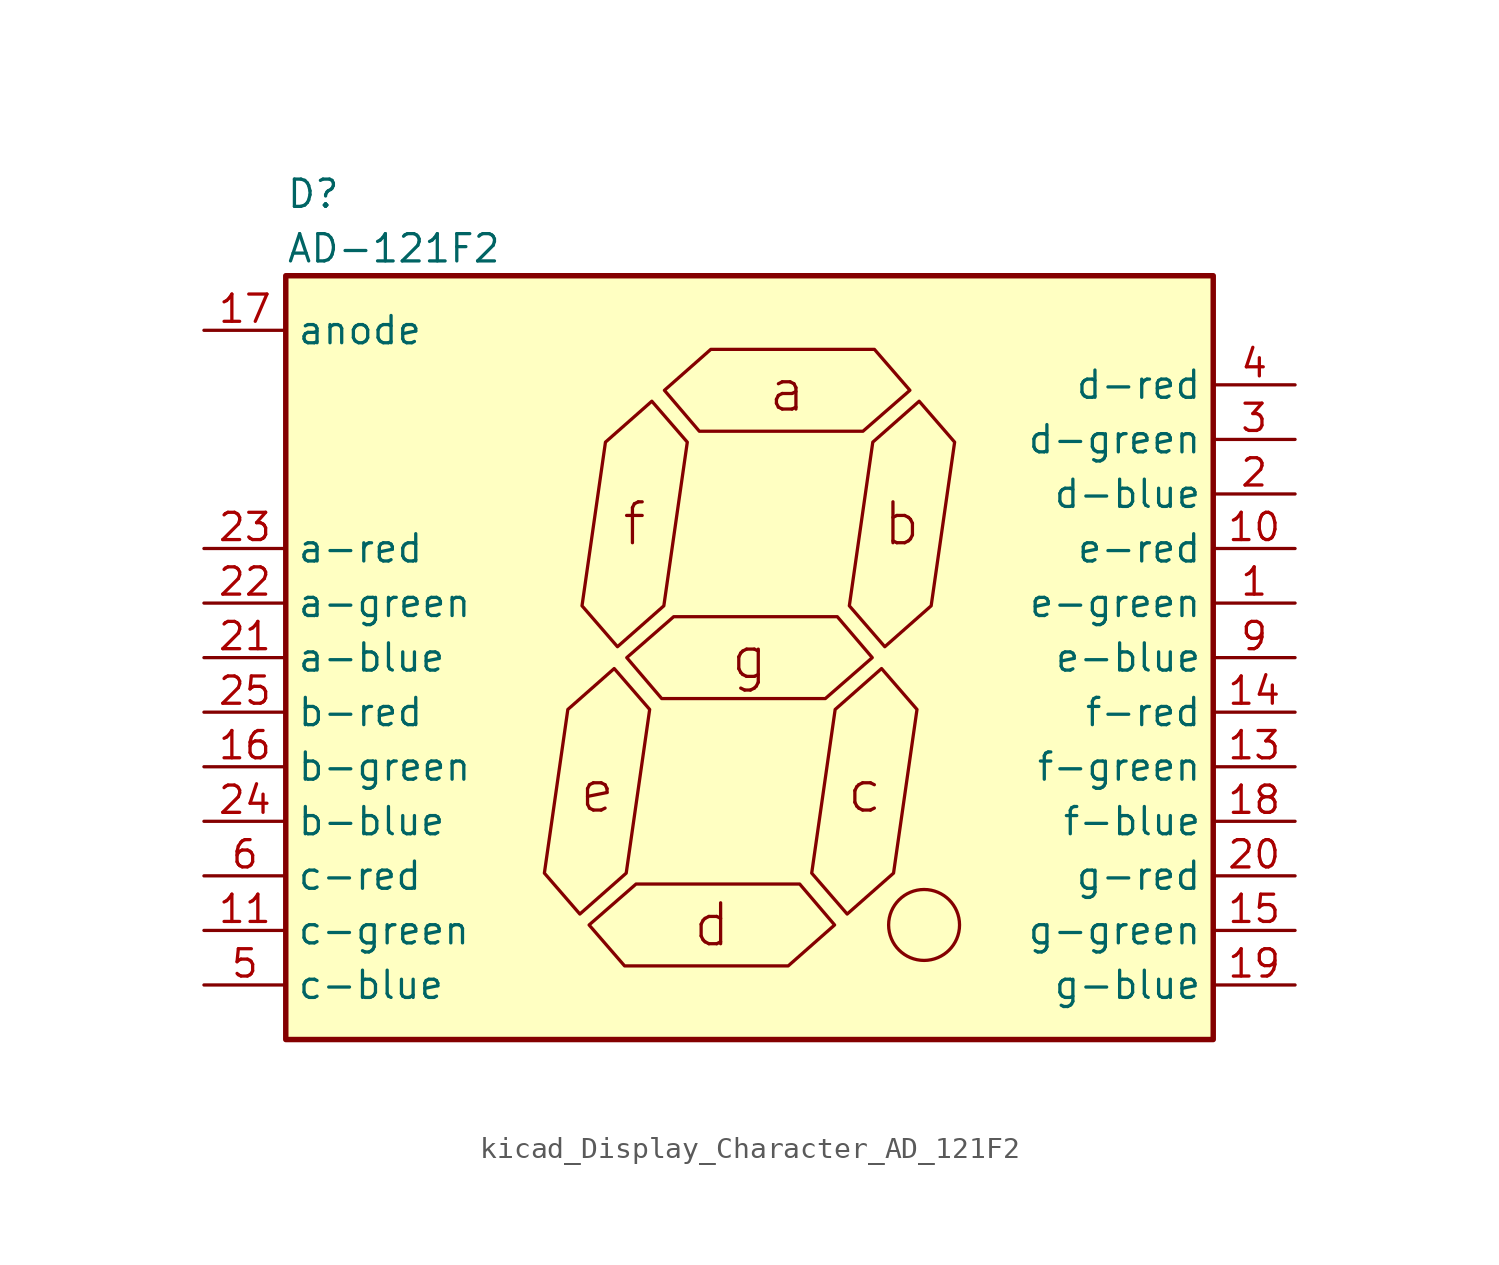
<source format=kicad_sym>
(kicad_symbol_lib
  (version 20220914)
  (generator kicad_symbol_editor)
  (symbol "kicad_Display_Character_AD_121F2"
    (property "Reference" "D"
      (at -21.59 21.59 0)
      (effects (font (size 1.27 1.27)) (justify left)))
    (property "Value" "AD-121F2"
      (at -21.59 19.05 0)
      (effects (font (size 1.27 1.27)) (justify left)))
    (symbol "kicad_Display_Character_AD_121F2_0_1"
      (rectangle (start -21.59 17.78) (end 21.59 -17.78) (stroke (width 0.254) (type default)) (fill (type background)))
      (polyline (pts (xy -7.899 -11.938) (xy -5.74 -10.033) (xy -4.648 -2.413) (xy -6.299 -0.508) (xy -8.458 -2.413) (xy -9.55 -10.033) (xy -7.899 -11.938)) (stroke (width 0) (type default)) (fill (type none)))
      (polyline (pts (xy -7.468 -12.446) (xy -5.283 -10.541) (xy 2.337 -10.541) (xy 3.962 -12.446) (xy 1.803 -14.351) (xy -5.817 -14.351) (xy -7.468 -12.446)) (stroke (width 0) (type default)) (fill (type none)))
      (polyline (pts (xy -6.147 0.508) (xy -3.988 2.413) (xy -2.896 10.033) (xy -4.547 11.938) (xy -6.706 10.033) (xy -7.798 2.413) (xy -6.147 0.508)) (stroke (width 0) (type default)) (fill (type none)))
      (polyline (pts (xy -5.715 0) (xy -3.531 1.905) (xy 4.089 1.905) (xy 5.715 0) (xy 3.531 -1.905) (xy -4.089 -1.905) (xy -5.715 0)) (stroke (width 0) (type default)) (fill (type none)))
      (polyline (pts (xy -3.962 12.446) (xy -1.803 14.351) (xy 5.817 14.351) (xy 7.468 12.446) (xy 5.283 10.541) (xy -2.337 10.541) (xy -3.962 12.446)) (stroke (width 0) (type default)) (fill (type none)))
      (polyline (pts (xy 4.547 -11.938) (xy 6.706 -10.033) (xy 7.798 -2.413) (xy 6.147 -0.508) (xy 3.988 -2.413) (xy 2.896 -10.033) (xy 4.547 -11.938)) (stroke (width 0) (type default)) (fill (type none)))
      (polyline (pts (xy 6.299 0.508) (xy 8.458 2.413) (xy 9.55 10.033) (xy 7.899 11.938) (xy 5.74 10.033) (xy 4.648 2.413) (xy 6.299 0.508)) (stroke (width 0) (type default)) (fill (type none)))
      (circle (center 8.128 -12.446) (radius 1.651) (stroke (width 0) (type default)) (fill (type none)))
      (text "a" (at 1.753 12.446 0) (effects (font (size 1.905 1.905))))
      (text "b" (at 7.087 6.223 0) (effects (font (size 1.905 1.905))))
      (text "c" (at 5.359 -6.223 0) (effects (font (size 1.905 1.905))))
      (text "d" (at -1.753 -12.446 0) (effects (font (size 1.905 1.905))))
      (text "e" (at -7.087 -6.223 0) (effects (font (size 1.905 1.905))))
      (text "f" (at -5.359 6.223 0) (effects (font (size 1.905 1.905))))
      (text "g" (at 0 0 0) (effects (font (size 1.905 1.905))))
      (pin passive line (at 25.4 2.54 180) (length 3.81) (name "e-green" (effects (font (size 1.27 1.27)))) (number "1" (effects (font (size 1.27 1.27)))))
      (pin passive line (at 25.4 5.08 180) (length 3.81) (name "e-red" (effects (font (size 1.27 1.27)))) (number "10" (effects (font (size 1.27 1.27)))))
      (pin passive line (at -25.4 -12.7 0) (length 3.81) (name "c-green" (effects (font (size 1.27 1.27)))) (number "11" (effects (font (size 1.27 1.27)))))
      (pin passive line (at 25.4 -5.08 180) (length 3.81) (name "f-green" (effects (font (size 1.27 1.27)))) (number "13" (effects (font (size 1.27 1.27)))))
      (pin passive line (at 25.4 -2.54 180) (length 3.81) (name "f-red" (effects (font (size 1.27 1.27)))) (number "14" (effects (font (size 1.27 1.27)))))
      (pin passive line (at 25.4 -12.7 180) (length 3.81) (name "g-green" (effects (font (size 1.27 1.27)))) (number "15" (effects (font (size 1.27 1.27)))))
      (pin passive line (at -25.4 -5.08 0) (length 3.81) (name "b-green" (effects (font (size 1.27 1.27)))) (number "16" (effects (font (size 1.27 1.27)))))
      (pin passive line (at -25.4 15.24 0) (length 3.81) (name "anode" (effects (font (size 1.27 1.27)))) (number "17" (effects (font (size 1.27 1.27)))))
      (pin passive line (at 25.4 -7.62 180) (length 3.81) (name "f-blue" (effects (font (size 1.27 1.27)))) (number "18" (effects (font (size 1.27 1.27)))))
      (pin passive line (at 25.4 -15.24 180) (length 3.81) (name "g-blue" (effects (font (size 1.27 1.27)))) (number "19" (effects (font (size 1.27 1.27)))))
      (pin passive line (at 25.4 7.62 180) (length 3.81) (name "d-blue" (effects (font (size 1.27 1.27)))) (number "2" (effects (font (size 1.27 1.27)))))
      (pin passive line (at 25.4 -10.16 180) (length 3.81) (name "g-red" (effects (font (size 1.27 1.27)))) (number "20" (effects (font (size 1.27 1.27)))))
      (pin passive line (at -25.4 0 0) (length 3.81) (name "a-blue" (effects (font (size 1.27 1.27)))) (number "21" (effects (font (size 1.27 1.27)))))
      (pin passive line (at -25.4 2.54 0) (length 3.81) (name "a-green" (effects (font (size 1.27 1.27)))) (number "22" (effects (font (size 1.27 1.27)))))
      (pin passive line (at -25.4 5.08 0) (length 3.81) (name "a-red" (effects (font (size 1.27 1.27)))) (number "23" (effects (font (size 1.27 1.27)))))
      (pin passive line (at -25.4 -7.62 0) (length 3.81) (name "b-blue" (effects (font (size 1.27 1.27)))) (number "24" (effects (font (size 1.27 1.27)))))
      (pin passive line (at -25.4 -2.54 0) (length 3.81) (name "b-red" (effects (font (size 1.27 1.27)))) (number "25" (effects (font (size 1.27 1.27)))))
      (pin passive line (at 25.4 10.16 180) (length 3.81) (name "d-green" (effects (font (size 1.27 1.27)))) (number "3" (effects (font (size 1.27 1.27)))))
      (pin passive line (at 25.4 12.7 180) (length 3.81) (name "d-red" (effects (font (size 1.27 1.27)))) (number "4" (effects (font (size 1.27 1.27)))))
      (pin passive line (at -25.4 -15.24 0) (length 3.81) (name "c-blue" (effects (font (size 1.27 1.27)))) (number "5" (effects (font (size 1.27 1.27)))))
      (pin passive line (at -25.4 -10.16 0) (length 3.81) (name "c-red" (effects (font (size 1.27 1.27)))) (number "6" (effects (font (size 1.27 1.27)))))
      (pin passive line (at 25.4 0 180) (length 3.81) (name "e-blue" (effects (font (size 1.27 1.27)))) (number "9" (effects (font (size 1.27 1.27))))))))
</source>
